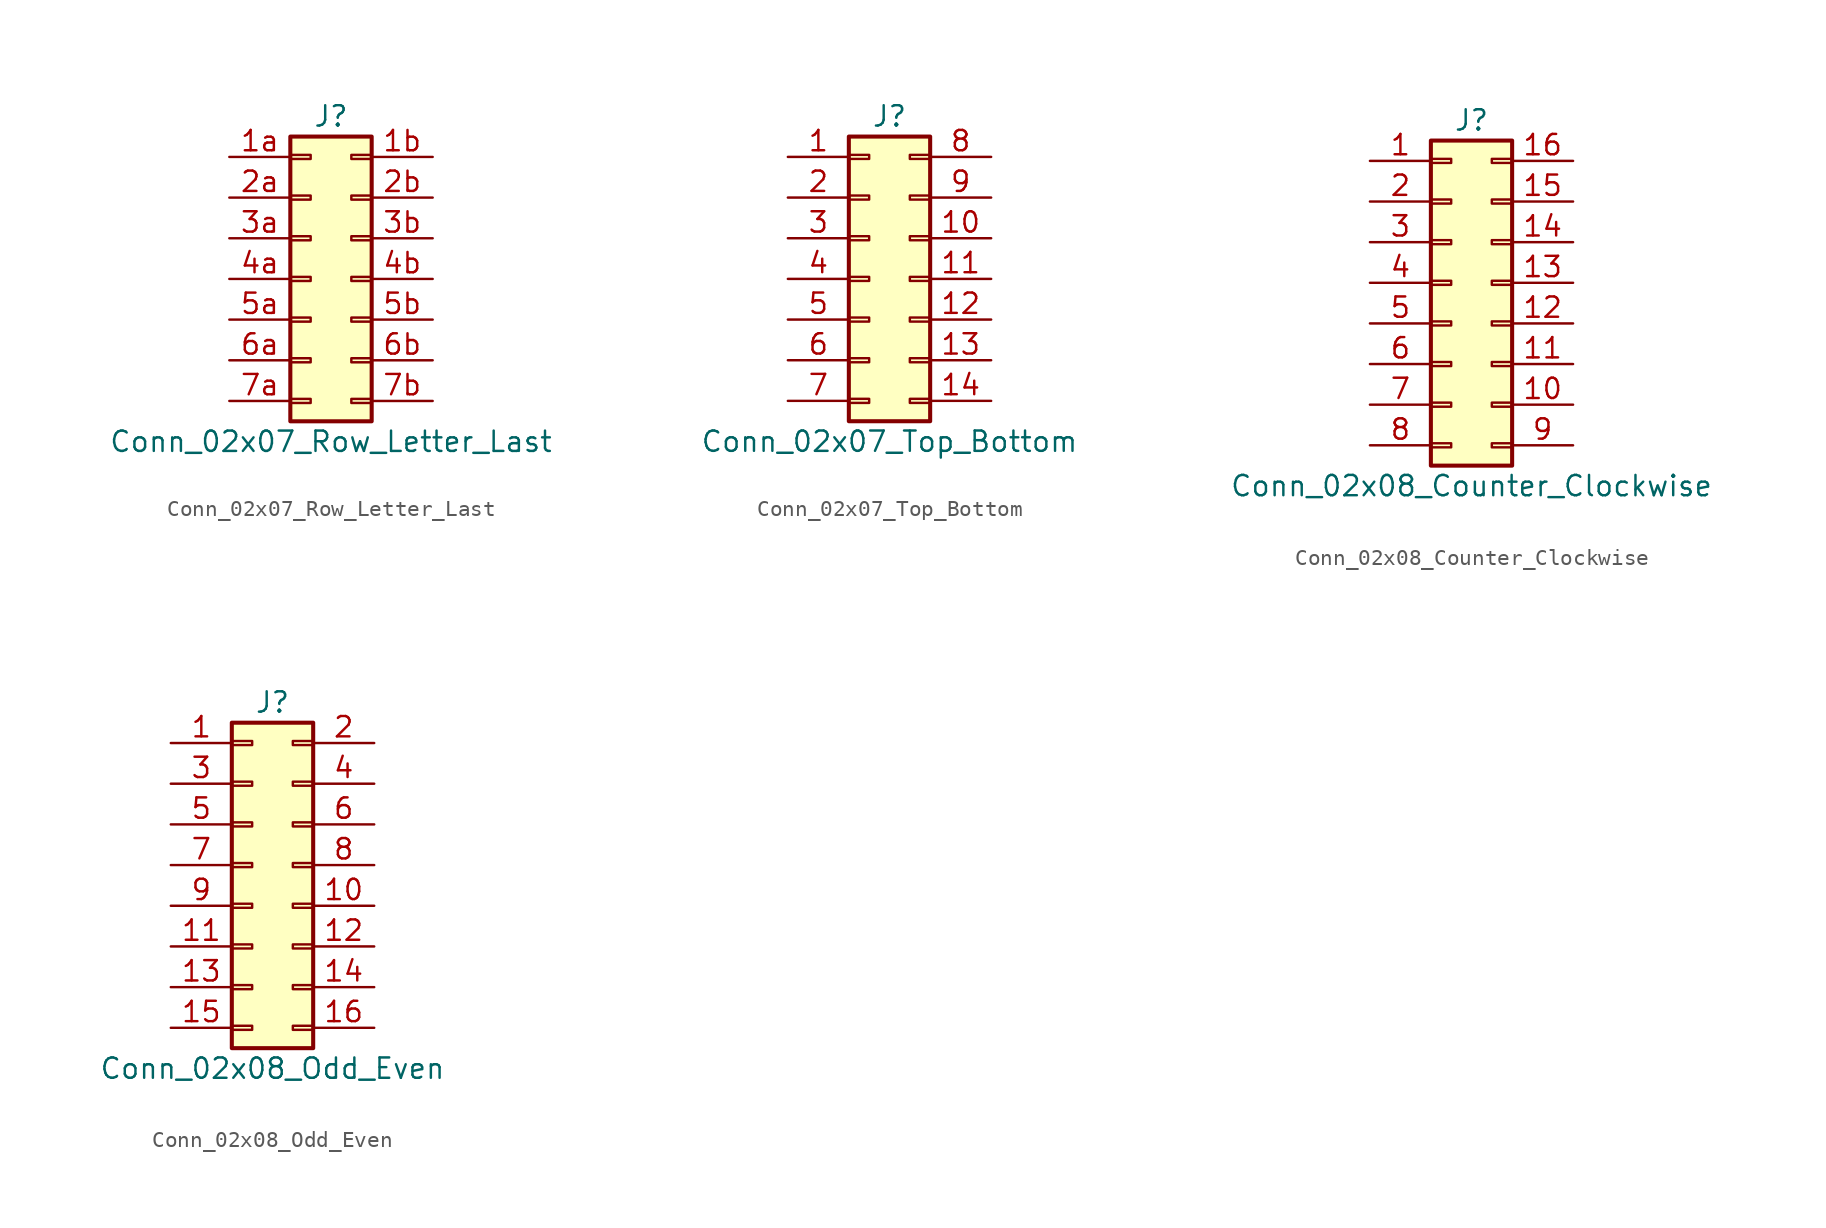
<source format=kicad_sym>
(kicad_symbol_lib
  (version 20201005)
  (generator kicad_symbol_editor)
  (symbol "Conn_02x07_Row_Letter_Last"
    (pin_names
      (offset 1.016) hide)
    (property "Reference" "J"
      (at 1.27 10.16 0)
      (effects (font (size 1.27 1.27))))
    (property "Value" "Conn_02x07_Row_Letter_Last"
      (at 1.27 -10.16 0)
      (effects (font (size 1.27 1.27))))
    (symbol "Conn_02x07_Row_Letter_Last_1_1"
      (rectangle (start -1.27 -7.493) (end 0 -7.747) (stroke (width 0.152)) (fill (type none)))
      (rectangle (start -1.27 -4.953) (end 0 -5.207) (stroke (width 0.152)) (fill (type none)))
      (rectangle (start -1.27 -2.413) (end 0 -2.667) (stroke (width 0.152)) (fill (type none)))
      (rectangle (start -1.27 0.127) (end 0 -0.127) (stroke (width 0.152)) (fill (type none)))
      (rectangle (start -1.27 2.667) (end 0 2.413) (stroke (width 0.152)) (fill (type none)))
      (rectangle (start -1.27 5.207) (end 0 4.953) (stroke (width 0.152)) (fill (type none)))
      (rectangle (start -1.27 7.747) (end 0 7.493) (stroke (width 0.152)) (fill (type none)))
      (rectangle (start 3.81 -7.493) (end 2.54 -7.747) (stroke (width 0.152)) (fill (type none)))
      (rectangle (start 3.81 -4.953) (end 2.54 -5.207) (stroke (width 0.152)) (fill (type none)))
      (rectangle (start 3.81 -2.413) (end 2.54 -2.667) (stroke (width 0.152)) (fill (type none)))
      (rectangle (start 3.81 0.127) (end 2.54 -0.127) (stroke (width 0.152)) (fill (type none)))
      (rectangle (start 3.81 2.667) (end 2.54 2.413) (stroke (width 0.152)) (fill (type none)))
      (rectangle (start 3.81 5.207) (end 2.54 4.953) (stroke (width 0.152)) (fill (type none)))
      (rectangle (start 3.81 7.747) (end 2.54 7.493) (stroke (width 0.152)) (fill (type none)))
      (rectangle (start -1.27 8.89) (end 3.81 -8.89) (stroke (width 0.254)) (fill (type background)))
      (pin passive line (at -5.08 7.62 0) (length 3.81) (name "Pin_1a" (effects (font (size 1.27 1.27)))) (number "1a" (effects (font (size 1.27 1.27)))))
      (pin passive line (at 7.62 7.62 180) (length 3.81) (name "Pin_1b" (effects (font (size 1.27 1.27)))) (number "1b" (effects (font (size 1.27 1.27)))))
      (pin passive line (at -5.08 5.08 0) (length 3.81) (name "Pin_2a" (effects (font (size 1.27 1.27)))) (number "2a" (effects (font (size 1.27 1.27)))))
      (pin passive line (at 7.62 5.08 180) (length 3.81) (name "Pin_2b" (effects (font (size 1.27 1.27)))) (number "2b" (effects (font (size 1.27 1.27)))))
      (pin passive line (at -5.08 2.54 0) (length 3.81) (name "Pin_3a" (effects (font (size 1.27 1.27)))) (number "3a" (effects (font (size 1.27 1.27)))))
      (pin passive line (at 7.62 2.54 180) (length 3.81) (name "Pin_3b" (effects (font (size 1.27 1.27)))) (number "3b" (effects (font (size 1.27 1.27)))))
      (pin passive line (at -5.08 0 0) (length 3.81) (name "Pin_4a" (effects (font (size 1.27 1.27)))) (number "4a" (effects (font (size 1.27 1.27)))))
      (pin passive line (at 7.62 0 180) (length 3.81) (name "Pin_4b" (effects (font (size 1.27 1.27)))) (number "4b" (effects (font (size 1.27 1.27)))))
      (pin passive line (at -5.08 -2.54 0) (length 3.81) (name "Pin_5a" (effects (font (size 1.27 1.27)))) (number "5a" (effects (font (size 1.27 1.27)))))
      (pin passive line (at 7.62 -2.54 180) (length 3.81) (name "Pin_5b" (effects (font (size 1.27 1.27)))) (number "5b" (effects (font (size 1.27 1.27)))))
      (pin passive line (at -5.08 -5.08 0) (length 3.81) (name "Pin_6a" (effects (font (size 1.27 1.27)))) (number "6a" (effects (font (size 1.27 1.27)))))
      (pin passive line (at 7.62 -5.08 180) (length 3.81) (name "Pin_6b" (effects (font (size 1.27 1.27)))) (number "6b" (effects (font (size 1.27 1.27)))))
      (pin passive line (at -5.08 -7.62 0) (length 3.81) (name "Pin_7a" (effects (font (size 1.27 1.27)))) (number "7a" (effects (font (size 1.27 1.27)))))
      (pin passive line (at 7.62 -7.62 180) (length 3.81) (name "Pin_7b" (effects (font (size 1.27 1.27)))) (number "7b" (effects (font (size 1.27 1.27)))))))
  (symbol "Conn_02x07_Top_Bottom"
    (pin_names
      (offset 1.016) hide)
    (property "Reference" "J"
      (at 1.27 10.16 0)
      (effects (font (size 1.27 1.27))))
    (property "Value" "Conn_02x07_Top_Bottom"
      (at 1.27 -10.16 0)
      (effects (font (size 1.27 1.27))))
    (symbol "Conn_02x07_Top_Bottom_1_1"
      (rectangle (start -1.27 -7.493) (end 0 -7.747) (stroke (width 0.152)) (fill (type none)))
      (rectangle (start -1.27 -4.953) (end 0 -5.207) (stroke (width 0.152)) (fill (type none)))
      (rectangle (start -1.27 -2.413) (end 0 -2.667) (stroke (width 0.152)) (fill (type none)))
      (rectangle (start -1.27 0.127) (end 0 -0.127) (stroke (width 0.152)) (fill (type none)))
      (rectangle (start -1.27 2.667) (end 0 2.413) (stroke (width 0.152)) (fill (type none)))
      (rectangle (start -1.27 5.207) (end 0 4.953) (stroke (width 0.152)) (fill (type none)))
      (rectangle (start -1.27 7.747) (end 0 7.493) (stroke (width 0.152)) (fill (type none)))
      (rectangle (start 3.81 -7.493) (end 2.54 -7.747) (stroke (width 0.152)) (fill (type none)))
      (rectangle (start 3.81 -4.953) (end 2.54 -5.207) (stroke (width 0.152)) (fill (type none)))
      (rectangle (start 3.81 -2.413) (end 2.54 -2.667) (stroke (width 0.152)) (fill (type none)))
      (rectangle (start 3.81 0.127) (end 2.54 -0.127) (stroke (width 0.152)) (fill (type none)))
      (rectangle (start 3.81 2.667) (end 2.54 2.413) (stroke (width 0.152)) (fill (type none)))
      (rectangle (start 3.81 5.207) (end 2.54 4.953) (stroke (width 0.152)) (fill (type none)))
      (rectangle (start 3.81 7.747) (end 2.54 7.493) (stroke (width 0.152)) (fill (type none)))
      (rectangle (start -1.27 8.89) (end 3.81 -8.89) (stroke (width 0.254)) (fill (type background)))
      (pin passive line (at -5.08 7.62 0) (length 3.81) (name "Pin_1" (effects (font (size 1.27 1.27)))) (number "1" (effects (font (size 1.27 1.27)))))
      (pin passive line (at 7.62 2.54 180) (length 3.81) (name "Pin_10" (effects (font (size 1.27 1.27)))) (number "10" (effects (font (size 1.27 1.27)))))
      (pin passive line (at 7.62 0 180) (length 3.81) (name "Pin_11" (effects (font (size 1.27 1.27)))) (number "11" (effects (font (size 1.27 1.27)))))
      (pin passive line (at 7.62 -2.54 180) (length 3.81) (name "Pin_12" (effects (font (size 1.27 1.27)))) (number "12" (effects (font (size 1.27 1.27)))))
      (pin passive line (at 7.62 -5.08 180) (length 3.81) (name "Pin_13" (effects (font (size 1.27 1.27)))) (number "13" (effects (font (size 1.27 1.27)))))
      (pin passive line (at 7.62 -7.62 180) (length 3.81) (name "Pin_14" (effects (font (size 1.27 1.27)))) (number "14" (effects (font (size 1.27 1.27)))))
      (pin passive line (at -5.08 5.08 0) (length 3.81) (name "Pin_2" (effects (font (size 1.27 1.27)))) (number "2" (effects (font (size 1.27 1.27)))))
      (pin passive line (at -5.08 2.54 0) (length 3.81) (name "Pin_3" (effects (font (size 1.27 1.27)))) (number "3" (effects (font (size 1.27 1.27)))))
      (pin passive line (at -5.08 0 0) (length 3.81) (name "Pin_4" (effects (font (size 1.27 1.27)))) (number "4" (effects (font (size 1.27 1.27)))))
      (pin passive line (at -5.08 -2.54 0) (length 3.81) (name "Pin_5" (effects (font (size 1.27 1.27)))) (number "5" (effects (font (size 1.27 1.27)))))
      (pin passive line (at -5.08 -5.08 0) (length 3.81) (name "Pin_6" (effects (font (size 1.27 1.27)))) (number "6" (effects (font (size 1.27 1.27)))))
      (pin passive line (at -5.08 -7.62 0) (length 3.81) (name "Pin_7" (effects (font (size 1.27 1.27)))) (number "7" (effects (font (size 1.27 1.27)))))
      (pin passive line (at 7.62 7.62 180) (length 3.81) (name "Pin_8" (effects (font (size 1.27 1.27)))) (number "8" (effects (font (size 1.27 1.27)))))
      (pin passive line (at 7.62 5.08 180) (length 3.81) (name "Pin_9" (effects (font (size 1.27 1.27)))) (number "9" (effects (font (size 1.27 1.27)))))))
  (symbol "Conn_02x08_Counter_Clockwise"
    (pin_names
      (offset 1.016) hide)
    (property "Reference" "J"
      (at 1.27 10.16 0)
      (effects (font (size 1.27 1.27))))
    (property "Value" "Conn_02x08_Counter_Clockwise"
      (at 1.27 -12.7 0)
      (effects (font (size 1.27 1.27))))
    (symbol "Conn_02x08_Counter_Clockwise_1_1"
      (rectangle (start -1.27 -10.033) (end 0 -10.287) (stroke (width 0.152)) (fill (type none)))
      (rectangle (start -1.27 -7.493) (end 0 -7.747) (stroke (width 0.152)) (fill (type none)))
      (rectangle (start -1.27 -4.953) (end 0 -5.207) (stroke (width 0.152)) (fill (type none)))
      (rectangle (start -1.27 -2.413) (end 0 -2.667) (stroke (width 0.152)) (fill (type none)))
      (rectangle (start -1.27 0.127) (end 0 -0.127) (stroke (width 0.152)) (fill (type none)))
      (rectangle (start -1.27 2.667) (end 0 2.413) (stroke (width 0.152)) (fill (type none)))
      (rectangle (start -1.27 5.207) (end 0 4.953) (stroke (width 0.152)) (fill (type none)))
      (rectangle (start -1.27 7.747) (end 0 7.493) (stroke (width 0.152)) (fill (type none)))
      (rectangle (start 3.81 -10.033) (end 2.54 -10.287) (stroke (width 0.152)) (fill (type none)))
      (rectangle (start 3.81 -7.493) (end 2.54 -7.747) (stroke (width 0.152)) (fill (type none)))
      (rectangle (start 3.81 -4.953) (end 2.54 -5.207) (stroke (width 0.152)) (fill (type none)))
      (rectangle (start 3.81 -2.413) (end 2.54 -2.667) (stroke (width 0.152)) (fill (type none)))
      (rectangle (start 3.81 0.127) (end 2.54 -0.127) (stroke (width 0.152)) (fill (type none)))
      (rectangle (start 3.81 2.667) (end 2.54 2.413) (stroke (width 0.152)) (fill (type none)))
      (rectangle (start 3.81 5.207) (end 2.54 4.953) (stroke (width 0.152)) (fill (type none)))
      (rectangle (start 3.81 7.747) (end 2.54 7.493) (stroke (width 0.152)) (fill (type none)))
      (rectangle (start -1.27 8.89) (end 3.81 -11.43) (stroke (width 0.254)) (fill (type background)))
      (pin passive line (at -5.08 7.62 0) (length 3.81) (name "Pin_1" (effects (font (size 1.27 1.27)))) (number "1" (effects (font (size 1.27 1.27)))))
      (pin passive line (at 7.62 -7.62 180) (length 3.81) (name "Pin_10" (effects (font (size 1.27 1.27)))) (number "10" (effects (font (size 1.27 1.27)))))
      (pin passive line (at 7.62 -5.08 180) (length 3.81) (name "Pin_11" (effects (font (size 1.27 1.27)))) (number "11" (effects (font (size 1.27 1.27)))))
      (pin passive line (at 7.62 -2.54 180) (length 3.81) (name "Pin_12" (effects (font (size 1.27 1.27)))) (number "12" (effects (font (size 1.27 1.27)))))
      (pin passive line (at 7.62 0 180) (length 3.81) (name "Pin_13" (effects (font (size 1.27 1.27)))) (number "13" (effects (font (size 1.27 1.27)))))
      (pin passive line (at 7.62 2.54 180) (length 3.81) (name "Pin_14" (effects (font (size 1.27 1.27)))) (number "14" (effects (font (size 1.27 1.27)))))
      (pin passive line (at 7.62 5.08 180) (length 3.81) (name "Pin_15" (effects (font (size 1.27 1.27)))) (number "15" (effects (font (size 1.27 1.27)))))
      (pin passive line (at 7.62 7.62 180) (length 3.81) (name "Pin_16" (effects (font (size 1.27 1.27)))) (number "16" (effects (font (size 1.27 1.27)))))
      (pin passive line (at -5.08 5.08 0) (length 3.81) (name "Pin_2" (effects (font (size 1.27 1.27)))) (number "2" (effects (font (size 1.27 1.27)))))
      (pin passive line (at -5.08 2.54 0) (length 3.81) (name "Pin_3" (effects (font (size 1.27 1.27)))) (number "3" (effects (font (size 1.27 1.27)))))
      (pin passive line (at -5.08 0 0) (length 3.81) (name "Pin_4" (effects (font (size 1.27 1.27)))) (number "4" (effects (font (size 1.27 1.27)))))
      (pin passive line (at -5.08 -2.54 0) (length 3.81) (name "Pin_5" (effects (font (size 1.27 1.27)))) (number "5" (effects (font (size 1.27 1.27)))))
      (pin passive line (at -5.08 -5.08 0) (length 3.81) (name "Pin_6" (effects (font (size 1.27 1.27)))) (number "6" (effects (font (size 1.27 1.27)))))
      (pin passive line (at -5.08 -7.62 0) (length 3.81) (name "Pin_7" (effects (font (size 1.27 1.27)))) (number "7" (effects (font (size 1.27 1.27)))))
      (pin passive line (at -5.08 -10.16 0) (length 3.81) (name "Pin_8" (effects (font (size 1.27 1.27)))) (number "8" (effects (font (size 1.27 1.27)))))
      (pin passive line (at 7.62 -10.16 180) (length 3.81) (name "Pin_9" (effects (font (size 1.27 1.27)))) (number "9" (effects (font (size 1.27 1.27)))))))
  (symbol "Conn_02x08_Odd_Even"
    (pin_names
      (offset 1.016) hide)
    (property "Reference" "J"
      (at 1.27 10.16 0)
      (effects (font (size 1.27 1.27))))
    (property "Value" "Conn_02x08_Odd_Even"
      (at 1.27 -12.7 0)
      (effects (font (size 1.27 1.27))))
    (symbol "Conn_02x08_Odd_Even_1_1"
      (rectangle (start -1.27 -10.033) (end 0 -10.287) (stroke (width 0.152)) (fill (type none)))
      (rectangle (start -1.27 -7.493) (end 0 -7.747) (stroke (width 0.152)) (fill (type none)))
      (rectangle (start -1.27 -4.953) (end 0 -5.207) (stroke (width 0.152)) (fill (type none)))
      (rectangle (start -1.27 -2.413) (end 0 -2.667) (stroke (width 0.152)) (fill (type none)))
      (rectangle (start -1.27 0.127) (end 0 -0.127) (stroke (width 0.152)) (fill (type none)))
      (rectangle (start -1.27 2.667) (end 0 2.413) (stroke (width 0.152)) (fill (type none)))
      (rectangle (start -1.27 5.207) (end 0 4.953) (stroke (width 0.152)) (fill (type none)))
      (rectangle (start -1.27 7.747) (end 0 7.493) (stroke (width 0.152)) (fill (type none)))
      (rectangle (start 3.81 -10.033) (end 2.54 -10.287) (stroke (width 0.152)) (fill (type none)))
      (rectangle (start 3.81 -7.493) (end 2.54 -7.747) (stroke (width 0.152)) (fill (type none)))
      (rectangle (start 3.81 -4.953) (end 2.54 -5.207) (stroke (width 0.152)) (fill (type none)))
      (rectangle (start 3.81 -2.413) (end 2.54 -2.667) (stroke (width 0.152)) (fill (type none)))
      (rectangle (start 3.81 0.127) (end 2.54 -0.127) (stroke (width 0.152)) (fill (type none)))
      (rectangle (start 3.81 2.667) (end 2.54 2.413) (stroke (width 0.152)) (fill (type none)))
      (rectangle (start 3.81 5.207) (end 2.54 4.953) (stroke (width 0.152)) (fill (type none)))
      (rectangle (start 3.81 7.747) (end 2.54 7.493) (stroke (width 0.152)) (fill (type none)))
      (rectangle (start -1.27 8.89) (end 3.81 -11.43) (stroke (width 0.254)) (fill (type background)))
      (pin passive line (at -5.08 7.62 0) (length 3.81) (name "Pin_1" (effects (font (size 1.27 1.27)))) (number "1" (effects (font (size 1.27 1.27)))))
      (pin passive line (at 7.62 -2.54 180) (length 3.81) (name "Pin_10" (effects (font (size 1.27 1.27)))) (number "10" (effects (font (size 1.27 1.27)))))
      (pin passive line (at -5.08 -5.08 0) (length 3.81) (name "Pin_11" (effects (font (size 1.27 1.27)))) (number "11" (effects (font (size 1.27 1.27)))))
      (pin passive line (at 7.62 -5.08 180) (length 3.81) (name "Pin_12" (effects (font (size 1.27 1.27)))) (number "12" (effects (font (size 1.27 1.27)))))
      (pin passive line (at -5.08 -7.62 0) (length 3.81) (name "Pin_13" (effects (font (size 1.27 1.27)))) (number "13" (effects (font (size 1.27 1.27)))))
      (pin passive line (at 7.62 -7.62 180) (length 3.81) (name "Pin_14" (effects (font (size 1.27 1.27)))) (number "14" (effects (font (size 1.27 1.27)))))
      (pin passive line (at -5.08 -10.16 0) (length 3.81) (name "Pin_15" (effects (font (size 1.27 1.27)))) (number "15" (effects (font (size 1.27 1.27)))))
      (pin passive line (at 7.62 -10.16 180) (length 3.81) (name "Pin_16" (effects (font (size 1.27 1.27)))) (number "16" (effects (font (size 1.27 1.27)))))
      (pin passive line (at 7.62 7.62 180) (length 3.81) (name "Pin_2" (effects (font (size 1.27 1.27)))) (number "2" (effects (font (size 1.27 1.27)))))
      (pin passive line (at -5.08 5.08 0) (length 3.81) (name "Pin_3" (effects (font (size 1.27 1.27)))) (number "3" (effects (font (size 1.27 1.27)))))
      (pin passive line (at 7.62 5.08 180) (length 3.81) (name "Pin_4" (effects (font (size 1.27 1.27)))) (number "4" (effects (font (size 1.27 1.27)))))
      (pin passive line (at -5.08 2.54 0) (length 3.81) (name "Pin_5" (effects (font (size 1.27 1.27)))) (number "5" (effects (font (size 1.27 1.27)))))
      (pin passive line (at 7.62 2.54 180) (length 3.81) (name "Pin_6" (effects (font (size 1.27 1.27)))) (number "6" (effects (font (size 1.27 1.27)))))
      (pin passive line (at -5.08 0 0) (length 3.81) (name "Pin_7" (effects (font (size 1.27 1.27)))) (number "7" (effects (font (size 1.27 1.27)))))
      (pin passive line (at 7.62 0 180) (length 3.81) (name "Pin_8" (effects (font (size 1.27 1.27)))) (number "8" (effects (font (size 1.27 1.27)))))
      (pin passive line (at -5.08 -2.54 0) (length 3.81) (name "Pin_9" (effects (font (size 1.27 1.27)))) (number "9" (effects (font (size 1.27 1.27))))))))
</source>
